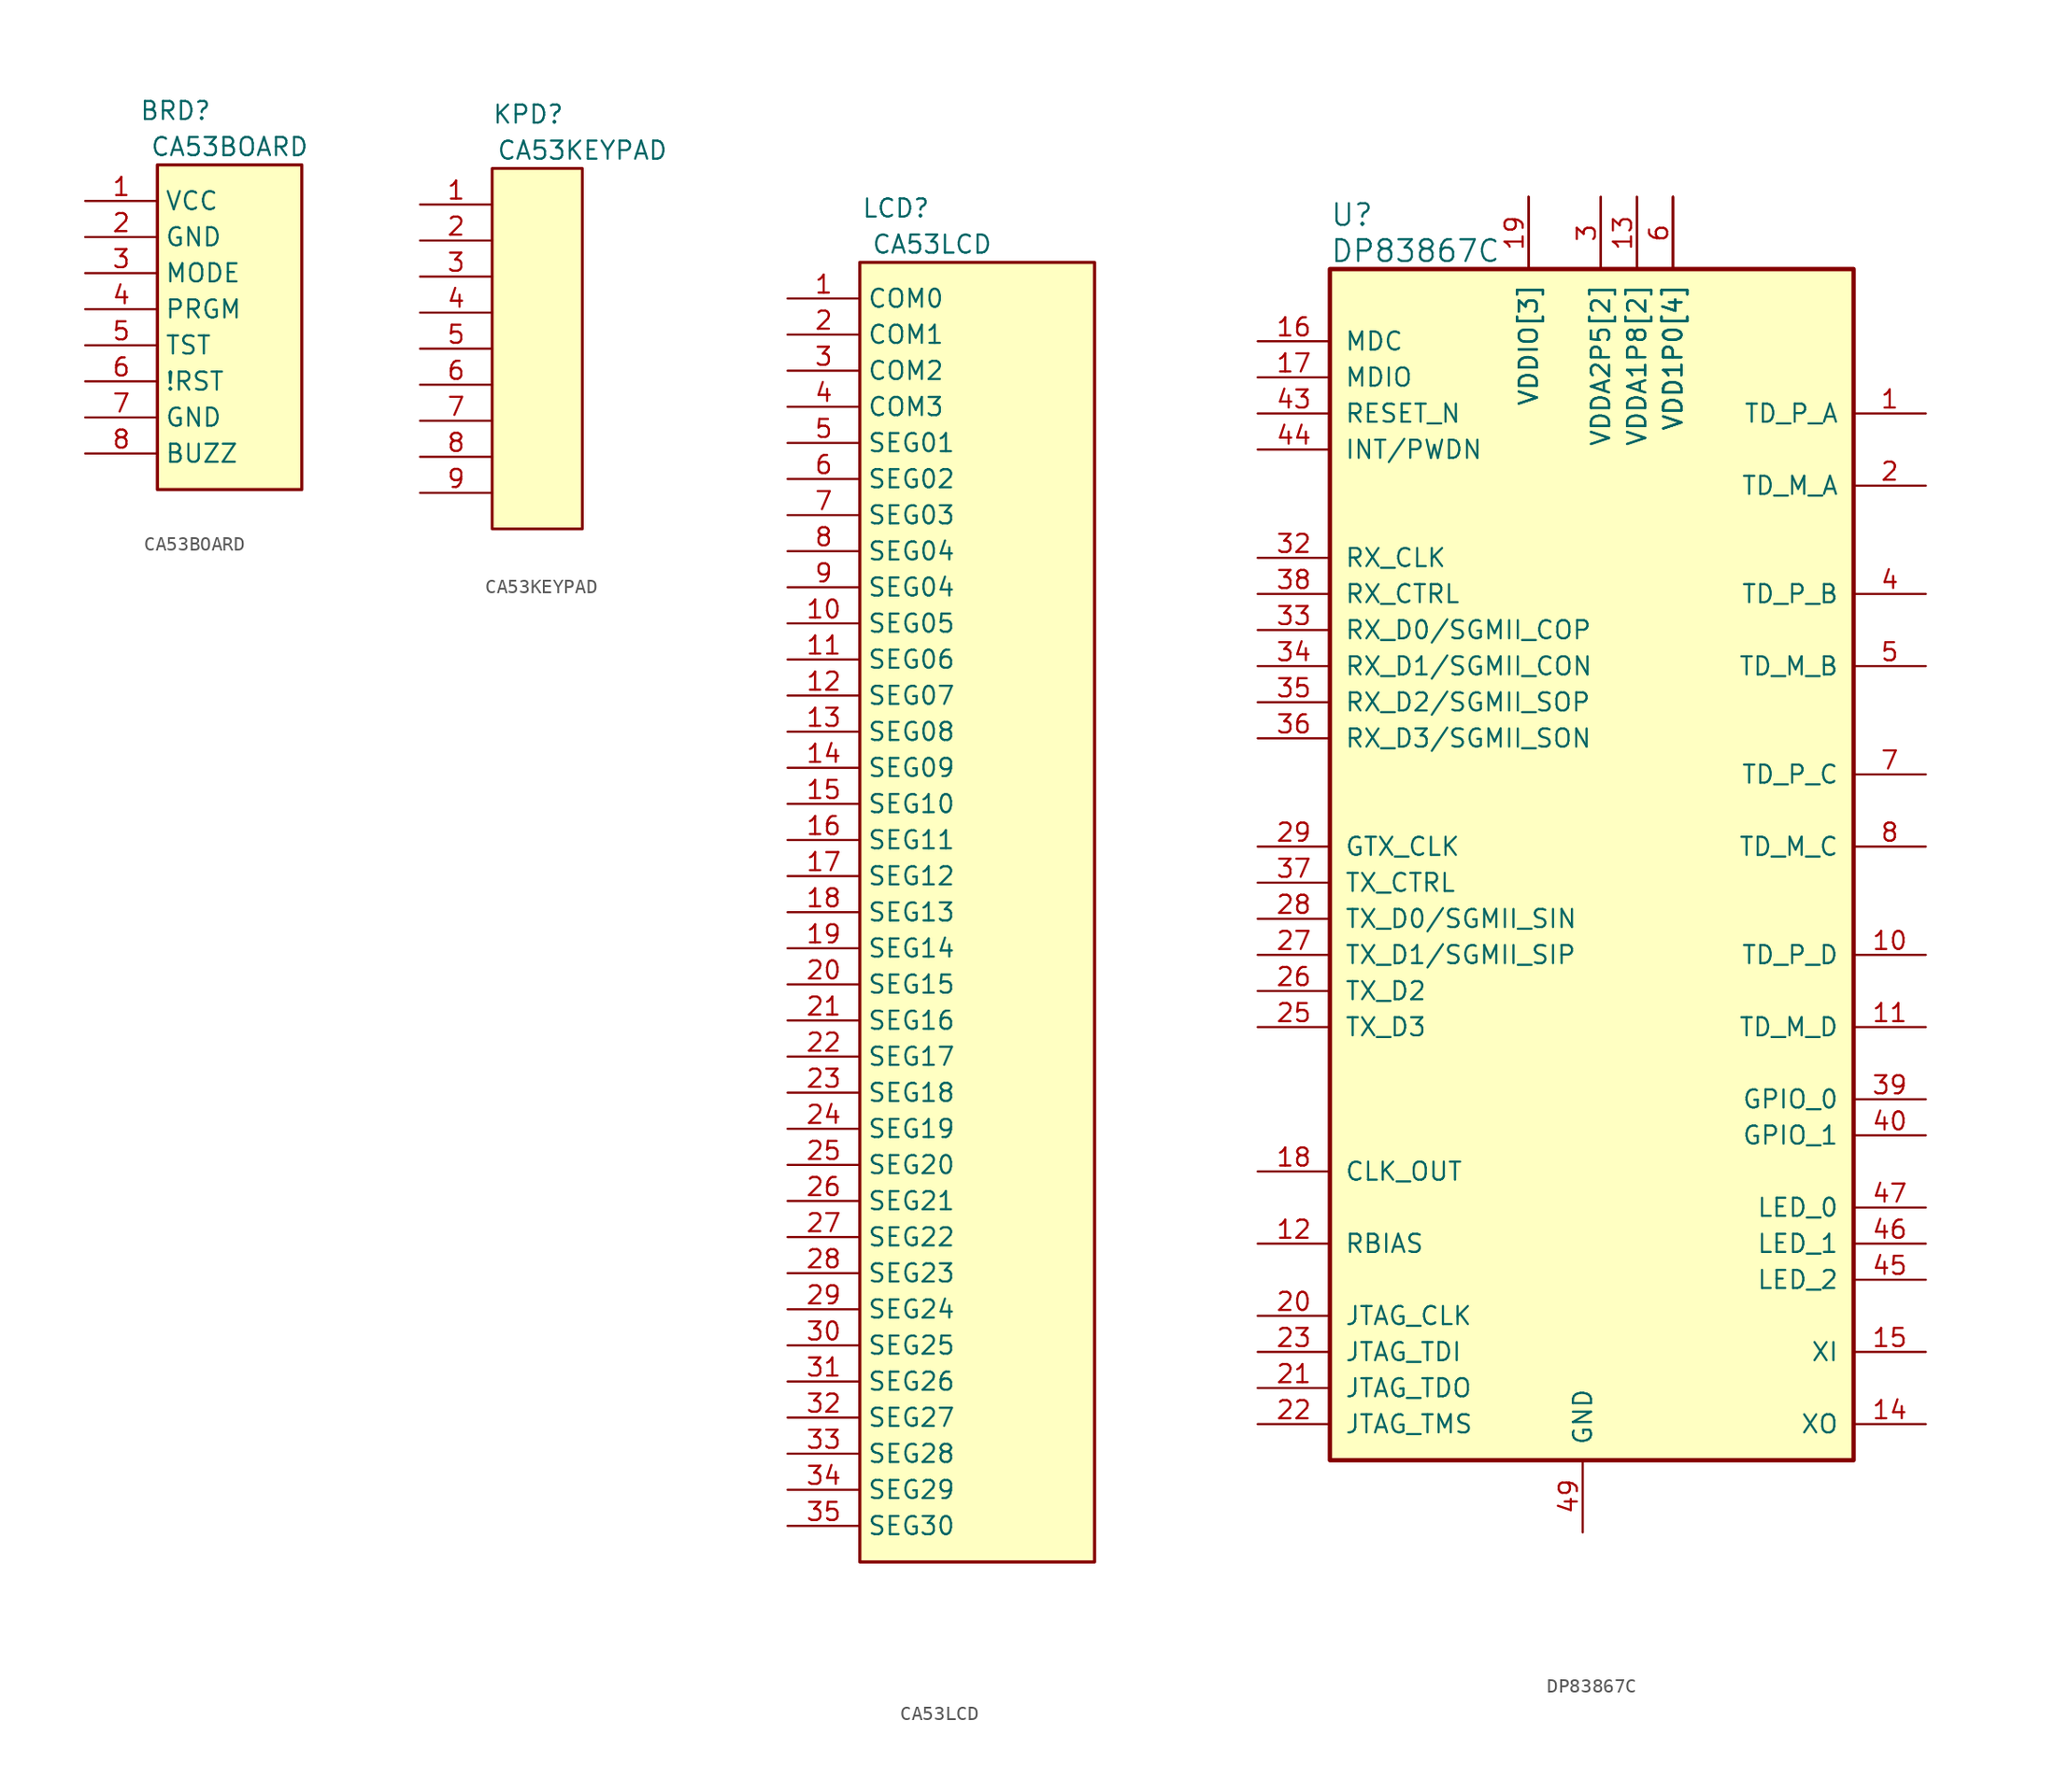
<source format=kicad_sym>
(kicad_symbol_lib
  (version 20201005)
  (generator kicad_symbol_editor)
  (symbol "gsd-kicad:CA53BOARD"
    (property "Reference" "BRD"
      (at 6.35 6.35 0)
      (effects (font (size 1.27 1.27))))
    (property "Value" "CA53BOARD"
      (at 10.16 3.81 0)
      (effects (font (size 1.27 1.27))))
    (symbol "CA53BOARD_0_1"
      (rectangle (start 5.08 2.54) (end 15.24 -20.32) (stroke (width 0.22)) (fill (type background))))
    (symbol "CA53BOARD_1_1"
      (pin power_out line (at 0 0 0) (length 5.08) (name "VCC" (effects (font (size 1.27 1.27)))) (number "1" (effects (font (size 1.27 1.27)))))
      (pin power_out line (at 0 -2.54 0) (length 5.08) (name "GND" (effects (font (size 1.27 1.27)))) (number "2" (effects (font (size 1.27 1.27)))))
      (pin output line (at 0 -5.08 0) (length 5.08) (name "MODE" (effects (font (size 1.27 1.27)))) (number "3" (effects (font (size 1.27 1.27)))))
      (pin output line (at 0 -7.62 0) (length 5.08) (name "PRGM" (effects (font (size 1.27 1.27)))) (number "4" (effects (font (size 1.27 1.27)))))
      (pin input line (at 0 -10.16 0) (length 5.08) (name "TST" (effects (font (size 1.27 1.27)))) (number "5" (effects (font (size 1.27 1.27)))))
      (pin input line (at 0 -12.7 0) (length 5.08) (name "!RST" (effects (font (size 1.27 1.27)))) (number "6" (effects (font (size 1.27 1.27)))))
      (pin input line (at 0 -15.24 0) (length 5.08) (name "GND" (effects (font (size 1.27 1.27)))) (number "7" (effects (font (size 1.27 1.27)))))
      (pin input line (at 0 -17.78 0) (length 5.08) (name "BUZZ" (effects (font (size 1.27 1.27)))) (number "8" (effects (font (size 1.27 1.27)))))))
  (symbol "gsd-kicad:CA53KEYPAD"
    (property "Reference" "KPD"
      (at 7.62 6.35 0)
      (effects (font (size 1.27 1.27))))
    (property "Value" "CA53KEYPAD"
      (at 11.43 3.81 0)
      (effects (font (size 1.27 1.27))))
    (symbol "CA53KEYPAD_0_1"
      (rectangle (start 5.08 2.54) (end 11.43 -22.86) (stroke (width 0.2)) (fill (type background))))
    (symbol "CA53KEYPAD_1_1"
      (pin input line (at 0 0 0) (length 5.08) (name "~" (effects (font (size 1.27 1.27)))) (number "1" (effects (font (size 1.27 1.27)))))
      (pin input line (at 0 -2.54 0) (length 5.08) (name "~" (effects (font (size 1.27 1.27)))) (number "2" (effects (font (size 1.27 1.27)))))
      (pin input line (at 0 -5.08 0) (length 5.08) (name "~" (effects (font (size 1.27 1.27)))) (number "3" (effects (font (size 1.27 1.27)))))
      (pin input line (at 0 -7.62 0) (length 5.08) (name "~" (effects (font (size 1.27 1.27)))) (number "4" (effects (font (size 1.27 1.27)))))
      (pin input line (at 0 -10.16 0) (length 5.08) (name "~" (effects (font (size 1.27 1.27)))) (number "5" (effects (font (size 1.27 1.27)))))
      (pin input line (at 0 -12.7 0) (length 5.08) (name "~" (effects (font (size 1.27 1.27)))) (number "6" (effects (font (size 1.27 1.27)))))
      (pin input line (at 0 -15.24 0) (length 5.08) (name "~" (effects (font (size 1.27 1.27)))) (number "7" (effects (font (size 1.27 1.27)))))
      (pin input line (at 0 -17.78 0) (length 5.08) (name "~" (effects (font (size 1.27 1.27)))) (number "8" (effects (font (size 1.27 1.27)))))
      (pin input line (at 0 -20.32 0) (length 5.08) (name "~" (effects (font (size 1.27 1.27)))) (number "9" (effects (font (size 1.27 1.27)))))))
  (symbol "gsd-kicad:CA53LCD"
    (property "Reference" "LCD"
      (at 7.62 6.35 0)
      (effects (font (size 1.27 1.27))))
    (property "Value" "CA53LCD"
      (at 10.16 3.81 0)
      (effects (font (size 1.27 1.27))))
    (symbol "CA53LCD_0_1"
      (rectangle (start 5.08 2.54) (end 21.59 -88.9) (stroke (width 0.22)) (fill (type background))))
    (symbol "CA53LCD_1_1"
      (pin input line (at 0 0 0) (length 5.08) (name "COM0" (effects (font (size 1.27 1.27)))) (number "1" (effects (font (size 1.27 1.27)))))
      (pin input line (at 0 -22.86 0) (length 5.08) (name "SEG05" (effects (font (size 1.27 1.27)))) (number "10" (effects (font (size 1.27 1.27)))))
      (pin input line (at 0 -25.4 0) (length 5.08) (name "SEG06" (effects (font (size 1.27 1.27)))) (number "11" (effects (font (size 1.27 1.27)))))
      (pin input line (at 0 -27.94 0) (length 5.08) (name "SEG07" (effects (font (size 1.27 1.27)))) (number "12" (effects (font (size 1.27 1.27)))))
      (pin input line (at 0 -30.48 0) (length 5.08) (name "SEG08" (effects (font (size 1.27 1.27)))) (number "13" (effects (font (size 1.27 1.27)))))
      (pin input line (at 0 -33.02 0) (length 5.08) (name "SEG09" (effects (font (size 1.27 1.27)))) (number "14" (effects (font (size 1.27 1.27)))))
      (pin input line (at 0 -35.56 0) (length 5.08) (name "SEG10" (effects (font (size 1.27 1.27)))) (number "15" (effects (font (size 1.27 1.27)))))
      (pin input line (at 0 -38.1 0) (length 5.08) (name "SEG11" (effects (font (size 1.27 1.27)))) (number "16" (effects (font (size 1.27 1.27)))))
      (pin input line (at 0 -40.64 0) (length 5.08) (name "SEG12" (effects (font (size 1.27 1.27)))) (number "17" (effects (font (size 1.27 1.27)))))
      (pin input line (at 0 -43.18 0) (length 5.08) (name "SEG13" (effects (font (size 1.27 1.27)))) (number "18" (effects (font (size 1.27 1.27)))))
      (pin input line (at 0 -45.72 0) (length 5.08) (name "SEG14" (effects (font (size 1.27 1.27)))) (number "19" (effects (font (size 1.27 1.27)))))
      (pin input line (at 0 -2.54 0) (length 5.08) (name "COM1" (effects (font (size 1.27 1.27)))) (number "2" (effects (font (size 1.27 1.27)))))
      (pin input line (at 0 -48.26 0) (length 5.08) (name "SEG15" (effects (font (size 1.27 1.27)))) (number "20" (effects (font (size 1.27 1.27)))))
      (pin input line (at 0 -50.8 0) (length 5.08) (name "SEG16" (effects (font (size 1.27 1.27)))) (number "21" (effects (font (size 1.27 1.27)))))
      (pin input line (at 0 -53.34 0) (length 5.08) (name "SEG17" (effects (font (size 1.27 1.27)))) (number "22" (effects (font (size 1.27 1.27)))))
      (pin input line (at 0 -55.88 0) (length 5.08) (name "SEG18" (effects (font (size 1.27 1.27)))) (number "23" (effects (font (size 1.27 1.27)))))
      (pin input line (at 0 -58.42 0) (length 5.08) (name "SEG19" (effects (font (size 1.27 1.27)))) (number "24" (effects (font (size 1.27 1.27)))))
      (pin input line (at 0 -60.96 0) (length 5.08) (name "SEG20" (effects (font (size 1.27 1.27)))) (number "25" (effects (font (size 1.27 1.27)))))
      (pin input line (at 0 -63.5 0) (length 5.08) (name "SEG21" (effects (font (size 1.27 1.27)))) (number "26" (effects (font (size 1.27 1.27)))))
      (pin input line (at 0 -66.04 0) (length 5.08) (name "SEG22" (effects (font (size 1.27 1.27)))) (number "27" (effects (font (size 1.27 1.27)))))
      (pin input line (at 0 -68.58 0) (length 5.08) (name "SEG23" (effects (font (size 1.27 1.27)))) (number "28" (effects (font (size 1.27 1.27)))))
      (pin input line (at 0 -71.12 0) (length 5.08) (name "SEG24" (effects (font (size 1.27 1.27)))) (number "29" (effects (font (size 1.27 1.27)))))
      (pin input line (at 0 -5.08 0) (length 5.08) (name "COM2" (effects (font (size 1.27 1.27)))) (number "3" (effects (font (size 1.27 1.27)))))
      (pin input line (at 0 -73.66 0) (length 5.08) (name "SEG25" (effects (font (size 1.27 1.27)))) (number "30" (effects (font (size 1.27 1.27)))))
      (pin input line (at 0 -76.2 0) (length 5.08) (name "SEG26" (effects (font (size 1.27 1.27)))) (number "31" (effects (font (size 1.27 1.27)))))
      (pin input line (at 0 -78.74 0) (length 5.08) (name "SEG27" (effects (font (size 1.27 1.27)))) (number "32" (effects (font (size 1.27 1.27)))))
      (pin input line (at 0 -81.28 0) (length 5.08) (name "SEG28" (effects (font (size 1.27 1.27)))) (number "33" (effects (font (size 1.27 1.27)))))
      (pin input line (at 0 -83.82 0) (length 5.08) (name "SEG29" (effects (font (size 1.27 1.27)))) (number "34" (effects (font (size 1.27 1.27)))))
      (pin input line (at 0 -86.36 0) (length 5.08) (name "SEG30" (effects (font (size 1.27 1.27)))) (number "35" (effects (font (size 1.27 1.27)))))
      (pin input line (at 0 -7.62 0) (length 5.08) (name "COM3" (effects (font (size 1.27 1.27)))) (number "4" (effects (font (size 1.27 1.27)))))
      (pin input line (at 0 -10.16 0) (length 5.08) (name "SEG01" (effects (font (size 1.27 1.27)))) (number "5" (effects (font (size 1.27 1.27)))))
      (pin input line (at 0 -12.7 0) (length 5.08) (name "SEG02" (effects (font (size 1.27 1.27)))) (number "6" (effects (font (size 1.27 1.27)))))
      (pin input line (at 0 -15.24 0) (length 5.08) (name "SEG03" (effects (font (size 1.27 1.27)))) (number "7" (effects (font (size 1.27 1.27)))))
      (pin input line (at 0 -17.78 0) (length 5.08) (name "SEG04" (effects (font (size 1.27 1.27)))) (number "8" (effects (font (size 1.27 1.27)))))
      (pin input line (at 0 -20.32 0) (length 5.08) (name "SEG04" (effects (font (size 1.27 1.27)))) (number "9" (effects (font (size 1.27 1.27)))))))
  (symbol "gsd-kicad:DP83867C"
    (pin_names
      (offset 1.016))
    (property "Reference" "U"
      (at 5.08 6.35 0)
      (effects (font (size 1.524 1.524)) (justify left)))
    (property "Value" "DP83867C"
      (at 5.08 3.81 0)
      (effects (font (size 1.524 1.524)) (justify left)))
    (property "ki_locked" ""
      (at 0 0 0)
      (effects (font (size 1.27 1.27))))
    (symbol "DP83867C_1_1"
      (rectangle (start 5.08 2.54) (end 41.91 -81.28) (stroke (width 0.305)) (fill (type background)))
      (pin output line (at 0 -60.96 0) (length 5.08) (name "CLK_OUT" (effects (font (size 1.27 1.27)))) (number "18" (effects (font (size 1.27 1.27)))))
      (pin power_in line (at 22.86 -86.36 90) (length 5.08) (name "GND" (effects (font (size 1.27 1.27)))) (number "49" (effects (font (size 1.27 1.27)))))
      (pin output line (at 46.99 -55.88 180) (length 5.08) (name "GPIO_0" (effects (font (size 1.27 1.27)))) (number "39" (effects (font (size 1.27 1.27)))))
      (pin output line (at 46.99 -58.42 180) (length 5.08) (name "GPIO_1" (effects (font (size 1.27 1.27)))) (number "40" (effects (font (size 1.27 1.27)))))
      (pin input line (at 0 -38.1 0) (length 5.08) (name "GTX_CLK" (effects (font (size 1.27 1.27)))) (number "29" (effects (font (size 1.27 1.27)))))
      (pin bidirectional line (at 0 -10.16 0) (length 5.08) (name "INT/PWDN" (effects (font (size 1.27 1.27)))) (number "44" (effects (font (size 1.27 1.27)))))
      (pin input line (at 0 -71.12 0) (length 5.08) (name "JTAG_CLK" (effects (font (size 1.27 1.27)))) (number "20" (effects (font (size 1.27 1.27)))))
      (pin input line (at 0 -73.66 0) (length 5.08) (name "JTAG_TDI" (effects (font (size 1.27 1.27)))) (number "23" (effects (font (size 1.27 1.27)))))
      (pin output line (at 0 -76.2 0) (length 5.08) (name "JTAG_TDO" (effects (font (size 1.27 1.27)))) (number "21" (effects (font (size 1.27 1.27)))))
      (pin input line (at 0 -78.74 0) (length 5.08) (name "JTAG_TMS" (effects (font (size 1.27 1.27)))) (number "22" (effects (font (size 1.27 1.27)))))
      (pin bidirectional line (at 46.99 -63.5 180) (length 5.08) (name "LED_0" (effects (font (size 1.27 1.27)))) (number "47" (effects (font (size 1.27 1.27)))))
      (pin bidirectional line (at 46.99 -66.04 180) (length 5.08) (name "LED_1" (effects (font (size 1.27 1.27)))) (number "46" (effects (font (size 1.27 1.27)))))
      (pin bidirectional line (at 46.99 -68.58 180) (length 5.08) (name "LED_2" (effects (font (size 1.27 1.27)))) (number "45" (effects (font (size 1.27 1.27)))))
      (pin input line (at 0 -2.54 0) (length 5.08) (name "MDC" (effects (font (size 1.27 1.27)))) (number "16" (effects (font (size 1.27 1.27)))))
      (pin bidirectional line (at 0 -5.08 0) (length 5.08) (name "MDIO" (effects (font (size 1.27 1.27)))) (number "17" (effects (font (size 1.27 1.27)))))
      (pin unspecified line (at 0 -66.04 0) (length 5.08) (name "RBIAS" (effects (font (size 1.27 1.27)))) (number "12" (effects (font (size 1.27 1.27)))))
      (pin input line (at 0 -7.62 0) (length 5.08) (name "RESET_N" (effects (font (size 1.27 1.27)))) (number "43" (effects (font (size 1.27 1.27)))))
      (pin output line (at 0 -17.78 0) (length 5.08) (name "RX_CLK" (effects (font (size 1.27 1.27)))) (number "32" (effects (font (size 1.27 1.27)))))
      (pin output line (at 0 -20.32 0) (length 5.08) (name "RX_CTRL" (effects (font (size 1.27 1.27)))) (number "38" (effects (font (size 1.27 1.27)))))
      (pin output line (at 0 -22.86 0) (length 5.08) (name "RX_D0/SGMII_COP" (effects (font (size 1.27 1.27)))) (number "33" (effects (font (size 1.27 1.27)))))
      (pin output line (at 0 -25.4 0) (length 5.08) (name "RX_D1/SGMII_CON" (effects (font (size 1.27 1.27)))) (number "34" (effects (font (size 1.27 1.27)))))
      (pin output line (at 0 -27.94 0) (length 5.08) (name "RX_D2/SGMII_SOP" (effects (font (size 1.27 1.27)))) (number "35" (effects (font (size 1.27 1.27)))))
      (pin output line (at 0 -30.48 0) (length 5.08) (name "RX_D3/SGMII_SON" (effects (font (size 1.27 1.27)))) (number "36" (effects (font (size 1.27 1.27)))))
      (pin unspecified line (at 46.99 -12.7 180) (length 5.08) (name "TD_M_A" (effects (font (size 1.27 1.27)))) (number "2" (effects (font (size 1.27 1.27)))))
      (pin unspecified line (at 46.99 -25.4 180) (length 5.08) (name "TD_M_B" (effects (font (size 1.27 1.27)))) (number "5" (effects (font (size 1.27 1.27)))))
      (pin unspecified line (at 46.99 -38.1 180) (length 5.08) (name "TD_M_C" (effects (font (size 1.27 1.27)))) (number "8" (effects (font (size 1.27 1.27)))))
      (pin unspecified line (at 46.99 -50.8 180) (length 5.08) (name "TD_M_D" (effects (font (size 1.27 1.27)))) (number "11" (effects (font (size 1.27 1.27)))))
      (pin unspecified line (at 46.99 -7.62 180) (length 5.08) (name "TD_P_A" (effects (font (size 1.27 1.27)))) (number "1" (effects (font (size 1.27 1.27)))))
      (pin unspecified line (at 46.99 -20.32 180) (length 5.08) (name "TD_P_B" (effects (font (size 1.27 1.27)))) (number "4" (effects (font (size 1.27 1.27)))))
      (pin unspecified line (at 46.99 -33.02 180) (length 5.08) (name "TD_P_C" (effects (font (size 1.27 1.27)))) (number "7" (effects (font (size 1.27 1.27)))))
      (pin unspecified line (at 46.99 -45.72 180) (length 5.08) (name "TD_P_D" (effects (font (size 1.27 1.27)))) (number "10" (effects (font (size 1.27 1.27)))))
      (pin input line (at 0 -40.64 0) (length 5.08) (name "TX_CTRL" (effects (font (size 1.27 1.27)))) (number "37" (effects (font (size 1.27 1.27)))))
      (pin input line (at 0 -43.18 0) (length 5.08) (name "TX_D0/SGMII_SIN" (effects (font (size 1.27 1.27)))) (number "28" (effects (font (size 1.27 1.27)))))
      (pin input line (at 0 -45.72 0) (length 5.08) (name "TX_D1/SGMII_SIP" (effects (font (size 1.27 1.27)))) (number "27" (effects (font (size 1.27 1.27)))))
      (pin input line (at 0 -48.26 0) (length 5.08) (name "TX_D2" (effects (font (size 1.27 1.27)))) (number "26" (effects (font (size 1.27 1.27)))))
      (pin input line (at 0 -50.8 0) (length 5.08) (name "TX_D3" (effects (font (size 1.27 1.27)))) (number "25" (effects (font (size 1.27 1.27)))))
      (pin power_in line (at 29.21 7.62 270) (length 5.08) (name "VDD1P0[4]" (effects (font (size 1.27 1.27)))) (number "6" (effects (font (size 1.27 1.27)))))
      (pin power_in line (at 29.21 7.62 270) (length 5.08) (name "VDD1P0[4]" (effects (font (size 1.27 1.27)))) (number "24" (effects (font (size 0 0)))))
      (pin power_in line (at 29.21 7.62 270) (length 5.08) (name "VDD1P0[4]" (effects (font (size 1.27 1.27)))) (number "31" (effects (font (size 0 0)))))
      (pin power_in line (at 29.21 7.62 270) (length 5.08) (name "VDD1P0[4]" (effects (font (size 1.27 1.27)))) (number "42" (effects (font (size 0 0)))))
      (pin power_in line (at 26.67 7.62 270) (length 5.08) (name "VDDA1P8[2]" (effects (font (size 1.27 1.27)))) (number "13" (effects (font (size 1.27 1.27)))))
      (pin power_in line (at 26.67 7.62 270) (length 5.08) (name "VDDA1P8[2]" (effects (font (size 1.27 1.27)))) (number "48" (effects (font (size 0 0)))))
      (pin power_in line (at 24.13 7.62 270) (length 5.08) (name "VDDA2P5[2]" (effects (font (size 1.27 1.27)))) (number "3" (effects (font (size 1.27 1.27)))))
      (pin power_in line (at 24.13 7.62 270) (length 5.08) (name "VDDA2P5[2]" (effects (font (size 1.27 1.27)))) (number "9" (effects (font (size 0 0)))))
      (pin power_in line (at 19.05 7.62 270) (length 5.08) (name "VDDIO[3]" (effects (font (size 1.27 1.27)))) (number "19" (effects (font (size 1.27 1.27)))))
      (pin power_in line (at 19.05 7.62 270) (length 5.08) (name "VDDIO[3]" (effects (font (size 1.27 1.27)))) (number "30" (effects (font (size 0 0)))))
      (pin power_in line (at 19.05 7.62 270) (length 5.08) (name "VDDIO[3]" (effects (font (size 1.27 1.27)))) (number "41" (effects (font (size 0 0)))))
      (pin input line (at 46.99 -73.66 180) (length 5.08) (name "XI" (effects (font (size 1.27 1.27)))) (number "15" (effects (font (size 1.27 1.27)))))
      (pin output line (at 46.99 -78.74 180) (length 5.08) (name "XO" (effects (font (size 1.27 1.27)))) (number "14" (effects (font (size 1.27 1.27))))))))
</source>
